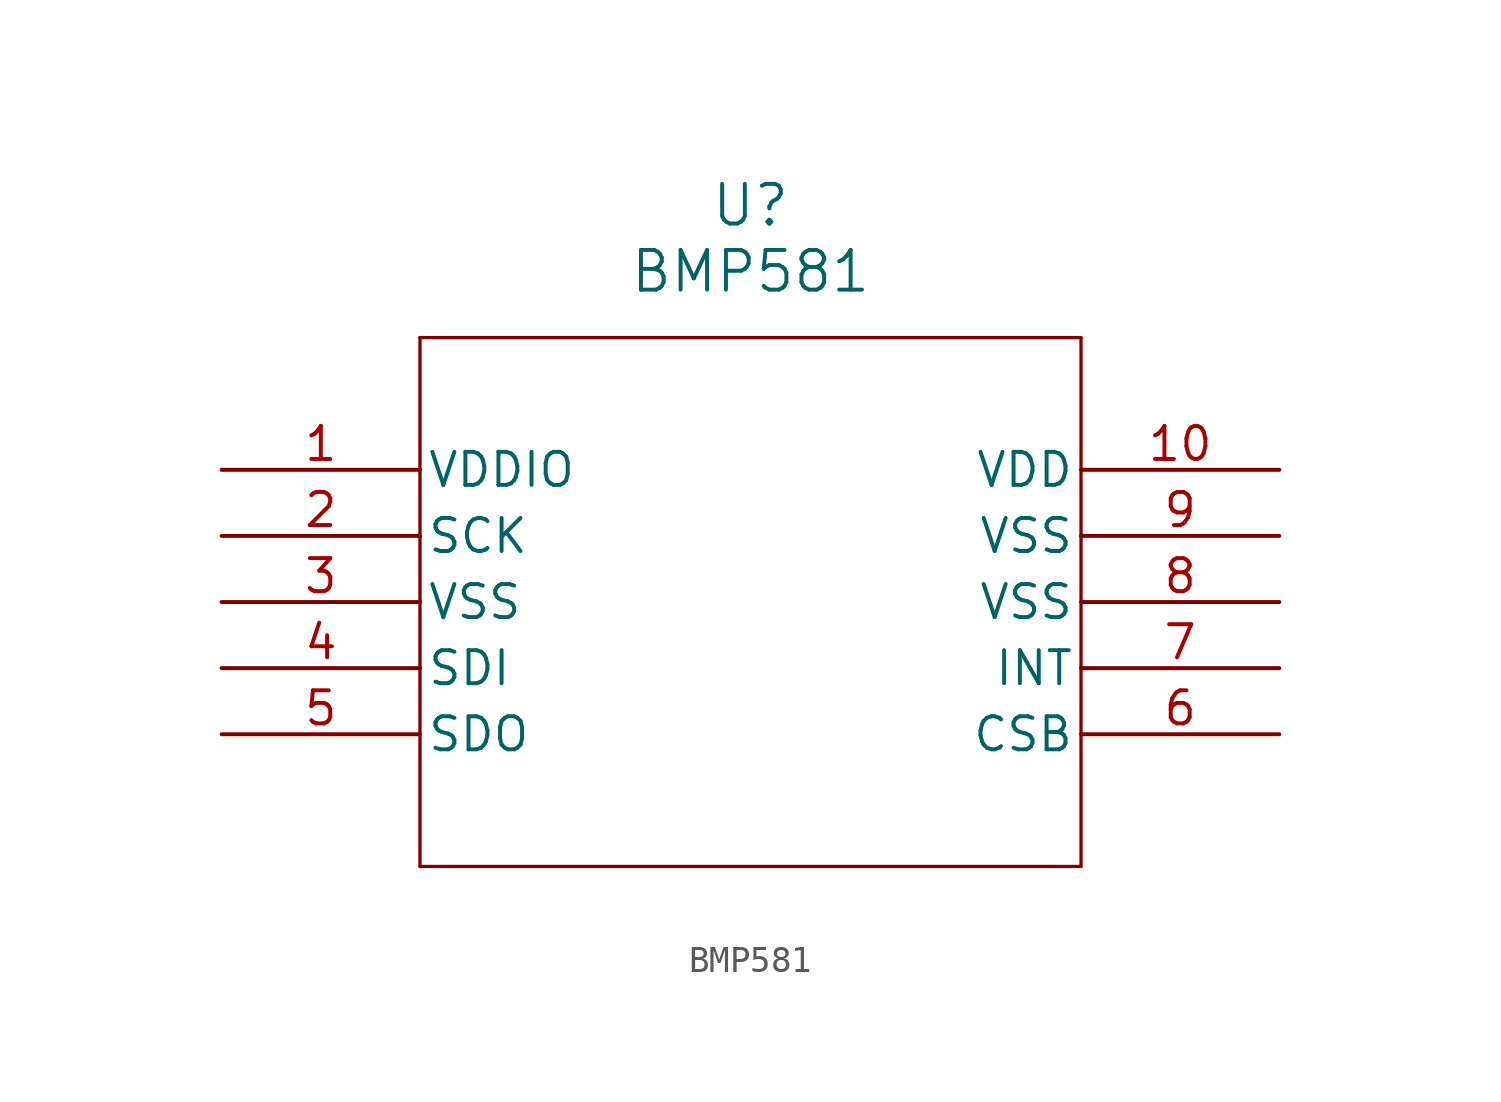
<source format=kicad_sym>
(kicad_symbol_lib
  (version 20211014)
  (generator kicad_symbol_editor)
  (symbol "BMP581"
    (pin_names
      (offset 0.254))
    (property "Reference" "U"
      (at 20.32 10.16 0)
      (effects (font (size 1.524 1.524))))
    (property "Value" "BMP581"
      (at 20.32 7.62 0)
      (effects (font (size 1.524 1.524))))
    (symbol "BMP581_0_1"
      (polyline (pts (xy 7.62 5.08) (xy 7.62 -15.24)) (stroke (width 0.127) (type default) (color 0 0 0 0)) (fill (type none)))
      (polyline (pts (xy 7.62 -15.24) (xy 33.02 -15.24)) (stroke (width 0.127) (type default) (color 0 0 0 0)) (fill (type none)))
      (polyline (pts (xy 33.02 -15.24) (xy 33.02 5.08)) (stroke (width 0.127) (type default) (color 0 0 0 0)) (fill (type none)))
      (polyline (pts (xy 33.02 5.08) (xy 7.62 5.08)) (stroke (width 0.127) (type default) (color 0 0 0 0)) (fill (type none)))
      (pin power_in line (at 0 0 0) (length 7.62) (name "VDDIO" (effects (font (size 1.27 1.27)))) (number "1" (effects (font (size 1.27 1.27)))))
      (pin unspecified line (at 0 -2.54 0) (length 7.62) (name "SCK" (effects (font (size 1.27 1.27)))) (number "2" (effects (font (size 1.27 1.27)))))
      (pin power_out line (at 0 -5.08 0) (length 7.62) (name "VSS" (effects (font (size 1.27 1.27)))) (number "3" (effects (font (size 1.27 1.27)))))
      (pin unspecified line (at 0 -7.62 0) (length 7.62) (name "SDI" (effects (font (size 1.27 1.27)))) (number "4" (effects (font (size 1.27 1.27)))))
      (pin unspecified line (at 0 -10.16 0) (length 7.62) (name "SDO" (effects (font (size 1.27 1.27)))) (number "5" (effects (font (size 1.27 1.27)))))
      (pin unspecified line (at 40.64 -10.16 180) (length 7.62) (name "CSB" (effects (font (size 1.27 1.27)))) (number "6" (effects (font (size 1.27 1.27)))))
      (pin input line (at 40.64 -7.62 180) (length 7.62) (name "INT" (effects (font (size 1.27 1.27)))) (number "7" (effects (font (size 1.27 1.27)))))
      (pin power_out line (at 40.64 -5.08 180) (length 7.62) (name "VSS" (effects (font (size 1.27 1.27)))) (number "8" (effects (font (size 1.27 1.27)))))
      (pin power_out line (at 40.64 -2.54 180) (length 7.62) (name "VSS" (effects (font (size 1.27 1.27)))) (number "9" (effects (font (size 1.27 1.27)))))
      (pin power_in line (at 40.64 0 180) (length 7.62) (name "VDD" (effects (font (size 1.27 1.27)))) (number "10" (effects (font (size 1.27 1.27))))))))
</source>
